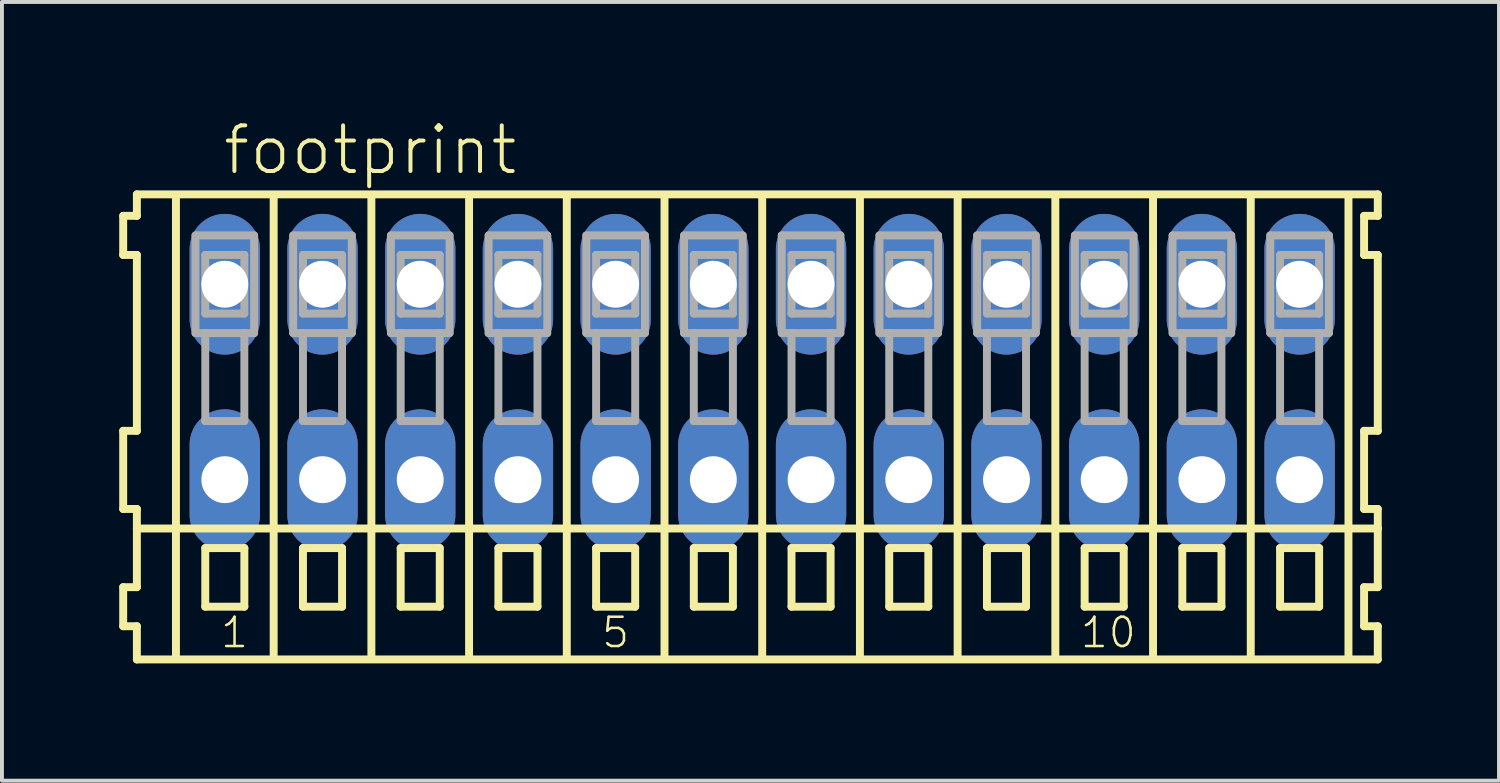
<source format=kicad_pcb>
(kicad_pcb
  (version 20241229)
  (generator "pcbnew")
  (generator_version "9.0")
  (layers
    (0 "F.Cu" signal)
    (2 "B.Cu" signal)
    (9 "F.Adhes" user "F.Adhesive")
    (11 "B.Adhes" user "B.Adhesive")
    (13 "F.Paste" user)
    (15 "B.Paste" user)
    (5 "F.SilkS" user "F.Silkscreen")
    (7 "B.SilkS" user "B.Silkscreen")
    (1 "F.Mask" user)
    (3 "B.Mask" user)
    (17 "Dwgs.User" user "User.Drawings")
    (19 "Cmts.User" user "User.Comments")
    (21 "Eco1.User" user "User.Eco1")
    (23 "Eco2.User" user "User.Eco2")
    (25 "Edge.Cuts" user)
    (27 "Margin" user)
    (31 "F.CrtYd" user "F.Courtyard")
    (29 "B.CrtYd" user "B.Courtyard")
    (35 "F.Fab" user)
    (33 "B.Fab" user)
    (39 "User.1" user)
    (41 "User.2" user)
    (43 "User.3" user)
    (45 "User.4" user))
  (footprint "footprint"
    (layer "F.Cu")
    (at 16.452 6.723)
    (property "Reference" "footprint" (at -13.85 -5.25 0) (layer "F.SilkS") (effects (font (size 1.168 1.168) (thickness 0.102)) (justify left bottom)))
    (fp_line (start -16.35 -4.25) (end -16.35 -3.25) (stroke (width 0.203) (type solid)) (layer "F.SilkS"))
    (fp_line (start -16.35 -3.25) (end -16 -3.25) (stroke (width 0.203) (type solid)) (layer "F.SilkS"))
    (fp_line (start -16.35 1.25) (end -16.35 3.25) (stroke (width 0.203) (type solid)) (layer "F.SilkS"))
    (fp_line (start -16.35 3.25) (end -16 3.25) (stroke (width 0.203) (type solid)) (layer "F.SilkS"))
    (fp_line (start -16.35 5.25) (end -16.35 6.25) (stroke (width 0.203) (type solid)) (layer "F.SilkS"))
    (fp_line (start -16.35 6.25) (end -16 6.25) (stroke (width 0.203) (type solid)) (layer "F.SilkS"))
    (fp_line (start -16 -4.8) (end -16 -4.25) (stroke (width 0.203) (type solid)) (layer "F.SilkS"))
    (fp_line (start -16 -4.25) (end -16.35 -4.25) (stroke (width 0.203) (type solid)) (layer "F.SilkS"))
    (fp_line (start -16 -3.25) (end -16 1.25) (stroke (width 0.203) (type solid)) (layer "F.SilkS"))
    (fp_line (start -16 1.25) (end -16.35 1.25) (stroke (width 0.203) (type solid)) (layer "F.SilkS"))
    (fp_line (start -16 3.25) (end -16 5.25) (stroke (width 0.203) (type solid)) (layer "F.SilkS"))
    (fp_line (start -16 3.75) (end 15.75 3.75) (stroke (width 0.203) (type solid)) (layer "F.SilkS"))
    (fp_line (start -16 5.25) (end -16.35 5.25) (stroke (width 0.203) (type solid)) (layer "F.SilkS"))
    (fp_line (start -16 6.25) (end -16 7.1) (stroke (width 0.203) (type solid)) (layer "F.SilkS"))
    (fp_line (start -16 7.1) (end 15.75 7.1) (stroke (width 0.203) (type solid)) (layer "F.SilkS"))
    (fp_line (start -15 -4.75) (end -15 7) (stroke (width 0.203) (type solid)) (layer "F.SilkS"))
    (fp_line (start -14.25 4.25) (end -14.25 5.75) (stroke (width 0.203) (type solid)) (layer "F.SilkS"))
    (fp_line (start -14.25 5.75) (end -13.25 5.75) (stroke (width 0.203) (type solid)) (layer "F.SilkS"))
    (fp_line (start -13.25 4.25) (end -14.25 4.25) (stroke (width 0.203) (type solid)) (layer "F.SilkS"))
    (fp_line (start -13.25 5.75) (end -13.25 4.25) (stroke (width 0.203) (type solid)) (layer "F.SilkS"))
    (fp_line (start -12.5 -4.75) (end -12.5 7) (stroke (width 0.203) (type solid)) (layer "F.SilkS"))
    (fp_line (start -11.75 4.25) (end -11.75 5.75) (stroke (width 0.203) (type solid)) (layer "F.SilkS"))
    (fp_line (start -11.75 5.75) (end -10.75 5.75) (stroke (width 0.203) (type solid)) (layer "F.SilkS"))
    (fp_line (start -10.75 4.25) (end -11.75 4.25) (stroke (width 0.203) (type solid)) (layer "F.SilkS"))
    (fp_line (start -10.75 5.75) (end -10.75 4.25) (stroke (width 0.203) (type solid)) (layer "F.SilkS"))
    (fp_line (start -10 -4.75) (end -10 7) (stroke (width 0.203) (type solid)) (layer "F.SilkS"))
    (fp_line (start -9.25 4.25) (end -9.25 5.75) (stroke (width 0.203) (type solid)) (layer "F.SilkS"))
    (fp_line (start -9.25 5.75) (end -8.25 5.75) (stroke (width 0.203) (type solid)) (layer "F.SilkS"))
    (fp_line (start -8.25 4.25) (end -9.25 4.25) (stroke (width 0.203) (type solid)) (layer "F.SilkS"))
    (fp_line (start -8.25 5.75) (end -8.25 4.25) (stroke (width 0.203) (type solid)) (layer "F.SilkS"))
    (fp_line (start -7.5 -4.75) (end -7.5 7) (stroke (width 0.203) (type solid)) (layer "F.SilkS"))
    (fp_line (start -6.75 4.25) (end -6.75 5.75) (stroke (width 0.203) (type solid)) (layer "F.SilkS"))
    (fp_line (start -6.75 5.75) (end -5.75 5.75) (stroke (width 0.203) (type solid)) (layer "F.SilkS"))
    (fp_line (start -5.75 4.25) (end -6.75 4.25) (stroke (width 0.203) (type solid)) (layer "F.SilkS"))
    (fp_line (start -5.75 5.75) (end -5.75 4.25) (stroke (width 0.203) (type solid)) (layer "F.SilkS"))
    (fp_line (start -5 -4.75) (end -5 7) (stroke (width 0.203) (type solid)) (layer "F.SilkS"))
    (fp_line (start -4.25 4.25) (end -4.25 5.75) (stroke (width 0.203) (type solid)) (layer "F.SilkS"))
    (fp_line (start -4.25 5.75) (end -3.25 5.75) (stroke (width 0.203) (type solid)) (layer "F.SilkS"))
    (fp_line (start -3.25 4.25) (end -4.25 4.25) (stroke (width 0.203) (type solid)) (layer "F.SilkS"))
    (fp_line (start -3.25 5.75) (end -3.25 4.25) (stroke (width 0.203) (type solid)) (layer "F.SilkS"))
    (fp_line (start -2.5 -4.75) (end -2.5 7) (stroke (width 0.203) (type solid)) (layer "F.SilkS"))
    (fp_line (start -1.75 4.25) (end -1.75 5.75) (stroke (width 0.203) (type solid)) (layer "F.SilkS"))
    (fp_line (start -1.75 5.75) (end -0.75 5.75) (stroke (width 0.203) (type solid)) (layer "F.SilkS"))
    (fp_line (start -0.75 4.25) (end -1.75 4.25) (stroke (width 0.203) (type solid)) (layer "F.SilkS"))
    (fp_line (start -0.75 5.75) (end -0.75 4.25) (stroke (width 0.203) (type solid)) (layer "F.SilkS"))
    (fp_line (start 0 -4.75) (end 0 7) (stroke (width 0.203) (type solid)) (layer "F.SilkS"))
    (fp_line (start 0.75 4.25) (end 0.75 5.75) (stroke (width 0.203) (type solid)) (layer "F.SilkS"))
    (fp_line (start 0.75 5.75) (end 1.75 5.75) (stroke (width 0.203) (type solid)) (layer "F.SilkS"))
    (fp_line (start 1.75 4.25) (end 0.75 4.25) (stroke (width 0.203) (type solid)) (layer "F.SilkS"))
    (fp_line (start 1.75 5.75) (end 1.75 4.25) (stroke (width 0.203) (type solid)) (layer "F.SilkS"))
    (fp_line (start 2.5 -4.75) (end 2.5 7) (stroke (width 0.203) (type solid)) (layer "F.SilkS"))
    (fp_line (start 3.25 4.25) (end 3.25 5.75) (stroke (width 0.203) (type solid)) (layer "F.SilkS"))
    (fp_line (start 3.25 5.75) (end 4.25 5.75) (stroke (width 0.203) (type solid)) (layer "F.SilkS"))
    (fp_line (start 4.25 4.25) (end 3.25 4.25) (stroke (width 0.203) (type solid)) (layer "F.SilkS"))
    (fp_line (start 4.25 5.75) (end 4.25 4.25) (stroke (width 0.203) (type solid)) (layer "F.SilkS"))
    (fp_line (start 5 -4.75) (end 5 7) (stroke (width 0.203) (type solid)) (layer "F.SilkS"))
    (fp_line (start 5.75 4.25) (end 5.75 5.75) (stroke (width 0.203) (type solid)) (layer "F.SilkS"))
    (fp_line (start 5.75 5.75) (end 6.75 5.75) (stroke (width 0.203) (type solid)) (layer "F.SilkS"))
    (fp_line (start 6.75 4.25) (end 5.75 4.25) (stroke (width 0.203) (type solid)) (layer "F.SilkS"))
    (fp_line (start 6.75 5.75) (end 6.75 4.25) (stroke (width 0.203) (type solid)) (layer "F.SilkS"))
    (fp_line (start 7.5 -4.75) (end 7.5 7) (stroke (width 0.203) (type solid)) (layer "F.SilkS"))
    (fp_line (start 8.25 4.25) (end 8.25 5.75) (stroke (width 0.203) (type solid)) (layer "F.SilkS"))
    (fp_line (start 8.25 5.75) (end 9.25 5.75) (stroke (width 0.203) (type solid)) (layer "F.SilkS"))
    (fp_line (start 9.25 4.25) (end 8.25 4.25) (stroke (width 0.203) (type solid)) (layer "F.SilkS"))
    (fp_line (start 9.25 5.75) (end 9.25 4.25) (stroke (width 0.203) (type solid)) (layer "F.SilkS"))
    (fp_line (start 10 -4.75) (end 10 7) (stroke (width 0.203) (type solid)) (layer "F.SilkS"))
    (fp_line (start 10.75 4.25) (end 10.75 5.75) (stroke (width 0.203) (type solid)) (layer "F.SilkS"))
    (fp_line (start 10.75 5.75) (end 11.75 5.75) (stroke (width 0.203) (type solid)) (layer "F.SilkS"))
    (fp_line (start 11.75 4.25) (end 10.75 4.25) (stroke (width 0.203) (type solid)) (layer "F.SilkS"))
    (fp_line (start 11.75 5.75) (end 11.75 4.25) (stroke (width 0.203) (type solid)) (layer "F.SilkS"))
    (fp_line (start 12.5 -4.75) (end 12.5 7) (stroke (width 0.203) (type solid)) (layer "F.SilkS"))
    (fp_line (start 13.25 4.25) (end 13.25 5.75) (stroke (width 0.203) (type solid)) (layer "F.SilkS"))
    (fp_line (start 13.25 5.75) (end 14.25 5.75) (stroke (width 0.203) (type solid)) (layer "F.SilkS"))
    (fp_line (start 14.25 4.25) (end 13.25 4.25) (stroke (width 0.203) (type solid)) (layer "F.SilkS"))
    (fp_line (start 14.25 5.75) (end 14.25 4.25) (stroke (width 0.203) (type solid)) (layer "F.SilkS"))
    (fp_line (start 15 -4.75) (end 15 7) (stroke (width 0.203) (type solid)) (layer "F.SilkS"))
    (fp_line (start 15.4 -4.25) (end 15.4 -3.25) (stroke (width 0.203) (type solid)) (layer "F.SilkS"))
    (fp_line (start 15.4 -3.25) (end 15.75 -3.25) (stroke (width 0.203) (type solid)) (layer "F.SilkS"))
    (fp_line (start 15.4 1.25) (end 15.4 3.25) (stroke (width 0.203) (type solid)) (layer "F.SilkS"))
    (fp_line (start 15.4 3.25) (end 15.75 3.25) (stroke (width 0.203) (type solid)) (layer "F.SilkS"))
    (fp_line (start 15.4 5.25) (end 15.4 6.25) (stroke (width 0.203) (type solid)) (layer "F.SilkS"))
    (fp_line (start 15.4 6.25) (end 15.75 6.25) (stroke (width 0.203) (type solid)) (layer "F.SilkS"))
    (fp_line (start 15.75 -4.8) (end -16 -4.8) (stroke (width 0.203) (type solid)) (layer "F.SilkS"))
    (fp_line (start 15.75 -4.25) (end 15.4 -4.25) (stroke (width 0.203) (type solid)) (layer "F.SilkS"))
    (fp_line (start 15.75 -4.25) (end 15.75 -4.8) (stroke (width 0.203) (type solid)) (layer "F.SilkS"))
    (fp_line (start 15.75 1.25) (end 15.4 1.25) (stroke (width 0.203) (type solid)) (layer "F.SilkS"))
    (fp_line (start 15.75 1.25) (end 15.75 -3.25) (stroke (width 0.203) (type solid)) (layer "F.SilkS"))
    (fp_line (start 15.75 3.75) (end 15.75 3.25) (stroke (width 0.203) (type solid)) (layer "F.SilkS"))
    (fp_line (start 15.75 5.25) (end 15.4 5.25) (stroke (width 0.203) (type solid)) (layer "F.SilkS"))
    (fp_line (start 15.75 5.25) (end 15.75 3.75) (stroke (width 0.203) (type solid)) (layer "F.SilkS"))
    (fp_line (start 15.75 7.1) (end 15.75 6.25) (stroke (width 0.203) (type solid)) (layer "F.SilkS"))
    (fp_line (start -14.5 -3.75) (end -14.5 -1.25) (stroke (width 0.203) (type solid)) (layer "F.Fab"))
    (fp_line (start -14.5 -1.25) (end -14.25 -1.25) (stroke (width 0.203) (type solid)) (layer "F.Fab"))
    (fp_line (start -14.25 -3.25) (end -14.25 -1.75) (stroke (width 0.203) (type solid)) (layer "F.Fab"))
    (fp_line (start -14.25 -1.75) (end -13.25 -1.75) (stroke (width 0.203) (type solid)) (layer "F.Fab"))
    (fp_line (start -14.25 -1.25) (end -14.25 1) (stroke (width 0.203) (type solid)) (layer "F.Fab"))
    (fp_line (start -14.25 -1.25) (end -13.25 -1.25) (stroke (width 0.203) (type solid)) (layer "F.Fab"))
    (fp_line (start -14.25 1) (end -13.25 1) (stroke (width 0.203) (type solid)) (layer "F.Fab"))
    (fp_line (start -13.25 -3.25) (end -14.25 -3.25) (stroke (width 0.203) (type solid)) (layer "F.Fab"))
    (fp_line (start -13.25 -1.75) (end -13.25 -3.25) (stroke (width 0.203) (type solid)) (layer "F.Fab"))
    (fp_line (start -13.25 -1.25) (end -13 -1.25) (stroke (width 0.203) (type solid)) (layer "F.Fab"))
    (fp_line (start -13.25 1) (end -13.25 -1.25) (stroke (width 0.203) (type solid)) (layer "F.Fab"))
    (fp_line (start -13 -3.75) (end -14.5 -3.75) (stroke (width 0.203) (type solid)) (layer "F.Fab"))
    (fp_line (start -13 -1.25) (end -13 -3.75) (stroke (width 0.203) (type solid)) (layer "F.Fab"))
    (fp_line (start -12 -3.75) (end -12 -1.25) (stroke (width 0.203) (type solid)) (layer "F.Fab"))
    (fp_line (start -12 -1.25) (end -11.75 -1.25) (stroke (width 0.203) (type solid)) (layer "F.Fab"))
    (fp_line (start -11.75 -3.25) (end -11.75 -1.75) (stroke (width 0.203) (type solid)) (layer "F.Fab"))
    (fp_line (start -11.75 -1.75) (end -10.75 -1.75) (stroke (width 0.203) (type solid)) (layer "F.Fab"))
    (fp_line (start -11.75 -1.25) (end -11.75 1) (stroke (width 0.203) (type solid)) (layer "F.Fab"))
    (fp_line (start -11.75 -1.25) (end -10.75 -1.25) (stroke (width 0.203) (type solid)) (layer "F.Fab"))
    (fp_line (start -11.75 1) (end -10.75 1) (stroke (width 0.203) (type solid)) (layer "F.Fab"))
    (fp_line (start -10.75 -3.25) (end -11.75 -3.25) (stroke (width 0.203) (type solid)) (layer "F.Fab"))
    (fp_line (start -10.75 -1.75) (end -10.75 -3.25) (stroke (width 0.203) (type solid)) (layer "F.Fab"))
    (fp_line (start -10.75 -1.25) (end -10.5 -1.25) (stroke (width 0.203) (type solid)) (layer "F.Fab"))
    (fp_line (start -10.75 1) (end -10.75 -1.25) (stroke (width 0.203) (type solid)) (layer "F.Fab"))
    (fp_line (start -10.5 -3.75) (end -12 -3.75) (stroke (width 0.203) (type solid)) (layer "F.Fab"))
    (fp_line (start -10.5 -1.25) (end -10.5 -3.75) (stroke (width 0.203) (type solid)) (layer "F.Fab"))
    (fp_line (start -9.5 -3.75) (end -9.5 -1.25) (stroke (width 0.203) (type solid)) (layer "F.Fab"))
    (fp_line (start -9.5 -1.25) (end -9.25 -1.25) (stroke (width 0.203) (type solid)) (layer "F.Fab"))
    (fp_line (start -9.25 -3.25) (end -9.25 -1.75) (stroke (width 0.203) (type solid)) (layer "F.Fab"))
    (fp_line (start -9.25 -1.75) (end -8.25 -1.75) (stroke (width 0.203) (type solid)) (layer "F.Fab"))
    (fp_line (start -9.25 -1.25) (end -9.25 1) (stroke (width 0.203) (type solid)) (layer "F.Fab"))
    (fp_line (start -9.25 -1.25) (end -8.25 -1.25) (stroke (width 0.203) (type solid)) (layer "F.Fab"))
    (fp_line (start -9.25 1) (end -8.25 1) (stroke (width 0.203) (type solid)) (layer "F.Fab"))
    (fp_line (start -8.25 -3.25) (end -9.25 -3.25) (stroke (width 0.203) (type solid)) (layer "F.Fab"))
    (fp_line (start -8.25 -1.75) (end -8.25 -3.25) (stroke (width 0.203) (type solid)) (layer "F.Fab"))
    (fp_line (start -8.25 -1.25) (end -8 -1.25) (stroke (width 0.203) (type solid)) (layer "F.Fab"))
    (fp_line (start -8.25 1) (end -8.25 -1.25) (stroke (width 0.203) (type solid)) (layer "F.Fab"))
    (fp_line (start -8 -3.75) (end -9.5 -3.75) (stroke (width 0.203) (type solid)) (layer "F.Fab"))
    (fp_line (start -8 -1.25) (end -8 -3.75) (stroke (width 0.203) (type solid)) (layer "F.Fab"))
    (fp_line (start -7 -3.75) (end -7 -1.25) (stroke (width 0.203) (type solid)) (layer "F.Fab"))
    (fp_line (start -7 -1.25) (end -6.75 -1.25) (stroke (width 0.203) (type solid)) (layer "F.Fab"))
    (fp_line (start -6.75 -3.25) (end -6.75 -1.75) (stroke (width 0.203) (type solid)) (layer "F.Fab"))
    (fp_line (start -6.75 -1.75) (end -5.75 -1.75) (stroke (width 0.203) (type solid)) (layer "F.Fab"))
    (fp_line (start -6.75 -1.25) (end -6.75 1) (stroke (width 0.203) (type solid)) (layer "F.Fab"))
    (fp_line (start -6.75 -1.25) (end -5.75 -1.25) (stroke (width 0.203) (type solid)) (layer "F.Fab"))
    (fp_line (start -6.75 1) (end -5.75 1) (stroke (width 0.203) (type solid)) (layer "F.Fab"))
    (fp_line (start -5.75 -3.25) (end -6.75 -3.25) (stroke (width 0.203) (type solid)) (layer "F.Fab"))
    (fp_line (start -5.75 -1.75) (end -5.75 -3.25) (stroke (width 0.203) (type solid)) (layer "F.Fab"))
    (fp_line (start -5.75 -1.25) (end -5.5 -1.25) (stroke (width 0.203) (type solid)) (layer "F.Fab"))
    (fp_line (start -5.75 1) (end -5.75 -1.25) (stroke (width 0.203) (type solid)) (layer "F.Fab"))
    (fp_line (start -5.5 -3.75) (end -7 -3.75) (stroke (width 0.203) (type solid)) (layer "F.Fab"))
    (fp_line (start -5.5 -1.25) (end -5.5 -3.75) (stroke (width 0.203) (type solid)) (layer "F.Fab"))
    (fp_line (start -4.5 -3.75) (end -4.5 -1.25) (stroke (width 0.203) (type solid)) (layer "F.Fab"))
    (fp_line (start -4.5 -1.25) (end -4.25 -1.25) (stroke (width 0.203) (type solid)) (layer "F.Fab"))
    (fp_line (start -4.25 -3.25) (end -4.25 -1.75) (stroke (width 0.203) (type solid)) (layer "F.Fab"))
    (fp_line (start -4.25 -1.75) (end -3.25 -1.75) (stroke (width 0.203) (type solid)) (layer "F.Fab"))
    (fp_line (start -4.25 -1.25) (end -4.25 1) (stroke (width 0.203) (type solid)) (layer "F.Fab"))
    (fp_line (start -4.25 -1.25) (end -3.25 -1.25) (stroke (width 0.203) (type solid)) (layer "F.Fab"))
    (fp_line (start -4.25 1) (end -3.25 1) (stroke (width 0.203) (type solid)) (layer "F.Fab"))
    (fp_line (start -3.25 -3.25) (end -4.25 -3.25) (stroke (width 0.203) (type solid)) (layer "F.Fab"))
    (fp_line (start -3.25 -1.75) (end -3.25 -3.25) (stroke (width 0.203) (type solid)) (layer "F.Fab"))
    (fp_line (start -3.25 -1.25) (end -3 -1.25) (stroke (width 0.203) (type solid)) (layer "F.Fab"))
    (fp_line (start -3.25 1) (end -3.25 -1.25) (stroke (width 0.203) (type solid)) (layer "F.Fab"))
    (fp_line (start -3 -3.75) (end -4.5 -3.75) (stroke (width 0.203) (type solid)) (layer "F.Fab"))
    (fp_line (start -3 -1.25) (end -3 -3.75) (stroke (width 0.203) (type solid)) (layer "F.Fab"))
    (fp_line (start -2 -3.75) (end -2 -1.25) (stroke (width 0.203) (type solid)) (layer "F.Fab"))
    (fp_line (start -2 -1.25) (end -1.75 -1.25) (stroke (width 0.203) (type solid)) (layer "F.Fab"))
    (fp_line (start -1.75 -3.25) (end -1.75 -1.75) (stroke (width 0.203) (type solid)) (layer "F.Fab"))
    (fp_line (start -1.75 -1.75) (end -0.75 -1.75) (stroke (width 0.203) (type solid)) (layer "F.Fab"))
    (fp_line (start -1.75 -1.25) (end -1.75 1) (stroke (width 0.203) (type solid)) (layer "F.Fab"))
    (fp_line (start -1.75 -1.25) (end -0.75 -1.25) (stroke (width 0.203) (type solid)) (layer "F.Fab"))
    (fp_line (start -1.75 1) (end -0.75 1) (stroke (width 0.203) (type solid)) (layer "F.Fab"))
    (fp_line (start -0.75 -3.25) (end -1.75 -3.25) (stroke (width 0.203) (type solid)) (layer "F.Fab"))
    (fp_line (start -0.75 -1.75) (end -0.75 -3.25) (stroke (width 0.203) (type solid)) (layer "F.Fab"))
    (fp_line (start -0.75 -1.25) (end -0.5 -1.25) (stroke (width 0.203) (type solid)) (layer "F.Fab"))
    (fp_line (start -0.75 1) (end -0.75 -1.25) (stroke (width 0.203) (type solid)) (layer "F.Fab"))
    (fp_line (start -0.5 -3.75) (end -2 -3.75) (stroke (width 0.203) (type solid)) (layer "F.Fab"))
    (fp_line (start -0.5 -1.25) (end -0.5 -3.75) (stroke (width 0.203) (type solid)) (layer "F.Fab"))
    (fp_line (start 0.5 -3.75) (end 0.5 -1.25) (stroke (width 0.203) (type solid)) (layer "F.Fab"))
    (fp_line (start 0.5 -1.25) (end 0.75 -1.25) (stroke (width 0.203) (type solid)) (layer "F.Fab"))
    (fp_line (start 0.75 -3.25) (end 0.75 -1.75) (stroke (width 0.203) (type solid)) (layer "F.Fab"))
    (fp_line (start 0.75 -1.75) (end 1.75 -1.75) (stroke (width 0.203) (type solid)) (layer "F.Fab"))
    (fp_line (start 0.75 -1.25) (end 0.75 1) (stroke (width 0.203) (type solid)) (layer "F.Fab"))
    (fp_line (start 0.75 -1.25) (end 1.75 -1.25) (stroke (width 0.203) (type solid)) (layer "F.Fab"))
    (fp_line (start 0.75 1) (end 1.75 1) (stroke (width 0.203) (type solid)) (layer "F.Fab"))
    (fp_line (start 1.75 -3.25) (end 0.75 -3.25) (stroke (width 0.203) (type solid)) (layer "F.Fab"))
    (fp_line (start 1.75 -1.75) (end 1.75 -3.25) (stroke (width 0.203) (type solid)) (layer "F.Fab"))
    (fp_line (start 1.75 -1.25) (end 2 -1.25) (stroke (width 0.203) (type solid)) (layer "F.Fab"))
    (fp_line (start 1.75 1) (end 1.75 -1.25) (stroke (width 0.203) (type solid)) (layer "F.Fab"))
    (fp_line (start 2 -3.75) (end 0.5 -3.75) (stroke (width 0.203) (type solid)) (layer "F.Fab"))
    (fp_line (start 2 -1.25) (end 2 -3.75) (stroke (width 0.203) (type solid)) (layer "F.Fab"))
    (fp_line (start 3 -3.75) (end 3 -1.25) (stroke (width 0.203) (type solid)) (layer "F.Fab"))
    (fp_line (start 3 -1.25) (end 3.25 -1.25) (stroke (width 0.203) (type solid)) (layer "F.Fab"))
    (fp_line (start 3.25 -3.25) (end 3.25 -1.75) (stroke (width 0.203) (type solid)) (layer "F.Fab"))
    (fp_line (start 3.25 -1.75) (end 4.25 -1.75) (stroke (width 0.203) (type solid)) (layer "F.Fab"))
    (fp_line (start 3.25 -1.25) (end 3.25 1) (stroke (width 0.203) (type solid)) (layer "F.Fab"))
    (fp_line (start 3.25 -1.25) (end 4.25 -1.25) (stroke (width 0.203) (type solid)) (layer "F.Fab"))
    (fp_line (start 3.25 1) (end 4.25 1) (stroke (width 0.203) (type solid)) (layer "F.Fab"))
    (fp_line (start 4.25 -3.25) (end 3.25 -3.25) (stroke (width 0.203) (type solid)) (layer "F.Fab"))
    (fp_line (start 4.25 -1.75) (end 4.25 -3.25) (stroke (width 0.203) (type solid)) (layer "F.Fab"))
    (fp_line (start 4.25 -1.25) (end 4.5 -1.25) (stroke (width 0.203) (type solid)) (layer "F.Fab"))
    (fp_line (start 4.25 1) (end 4.25 -1.25) (stroke (width 0.203) (type solid)) (layer "F.Fab"))
    (fp_line (start 4.5 -3.75) (end 3 -3.75) (stroke (width 0.203) (type solid)) (layer "F.Fab"))
    (fp_line (start 4.5 -1.25) (end 4.5 -3.75) (stroke (width 0.203) (type solid)) (layer "F.Fab"))
    (fp_line (start 5.5 -3.75) (end 5.5 -1.25) (stroke (width 0.203) (type solid)) (layer "F.Fab"))
    (fp_line (start 5.5 -1.25) (end 5.75 -1.25) (stroke (width 0.203) (type solid)) (layer "F.Fab"))
    (fp_line (start 5.75 -3.25) (end 5.75 -1.75) (stroke (width 0.203) (type solid)) (layer "F.Fab"))
    (fp_line (start 5.75 -1.75) (end 6.75 -1.75) (stroke (width 0.203) (type solid)) (layer "F.Fab"))
    (fp_line (start 5.75 -1.25) (end 5.75 1) (stroke (width 0.203) (type solid)) (layer "F.Fab"))
    (fp_line (start 5.75 -1.25) (end 6.75 -1.25) (stroke (width 0.203) (type solid)) (layer "F.Fab"))
    (fp_line (start 5.75 1) (end 6.75 1) (stroke (width 0.203) (type solid)) (layer "F.Fab"))
    (fp_line (start 6.75 -3.25) (end 5.75 -3.25) (stroke (width 0.203) (type solid)) (layer "F.Fab"))
    (fp_line (start 6.75 -1.75) (end 6.75 -3.25) (stroke (width 0.203) (type solid)) (layer "F.Fab"))
    (fp_line (start 6.75 -1.25) (end 7 -1.25) (stroke (width 0.203) (type solid)) (layer "F.Fab"))
    (fp_line (start 6.75 1) (end 6.75 -1.25) (stroke (width 0.203) (type solid)) (layer "F.Fab"))
    (fp_line (start 7 -3.75) (end 5.5 -3.75) (stroke (width 0.203) (type solid)) (layer "F.Fab"))
    (fp_line (start 7 -1.25) (end 7 -3.75) (stroke (width 0.203) (type solid)) (layer "F.Fab"))
    (fp_line (start 8 -3.75) (end 8 -1.25) (stroke (width 0.203) (type solid)) (layer "F.Fab"))
    (fp_line (start 8 -1.25) (end 8.25 -1.25) (stroke (width 0.203) (type solid)) (layer "F.Fab"))
    (fp_line (start 8.25 -3.25) (end 8.25 -1.75) (stroke (width 0.203) (type solid)) (layer "F.Fab"))
    (fp_line (start 8.25 -1.75) (end 9.25 -1.75) (stroke (width 0.203) (type solid)) (layer "F.Fab"))
    (fp_line (start 8.25 -1.25) (end 8.25 1) (stroke (width 0.203) (type solid)) (layer "F.Fab"))
    (fp_line (start 8.25 -1.25) (end 9.25 -1.25) (stroke (width 0.203) (type solid)) (layer "F.Fab"))
    (fp_line (start 8.25 1) (end 9.25 1) (stroke (width 0.203) (type solid)) (layer "F.Fab"))
    (fp_line (start 9.25 -3.25) (end 8.25 -3.25) (stroke (width 0.203) (type solid)) (layer "F.Fab"))
    (fp_line (start 9.25 -1.75) (end 9.25 -3.25) (stroke (width 0.203) (type solid)) (layer "F.Fab"))
    (fp_line (start 9.25 -1.25) (end 9.5 -1.25) (stroke (width 0.203) (type solid)) (layer "F.Fab"))
    (fp_line (start 9.25 1) (end 9.25 -1.25) (stroke (width 0.203) (type solid)) (layer "F.Fab"))
    (fp_line (start 9.5 -3.75) (end 8 -3.75) (stroke (width 0.203) (type solid)) (layer "F.Fab"))
    (fp_line (start 9.5 -1.25) (end 9.5 -3.75) (stroke (width 0.203) (type solid)) (layer "F.Fab"))
    (fp_line (start 10.5 -3.75) (end 10.5 -1.25) (stroke (width 0.203) (type solid)) (layer "F.Fab"))
    (fp_line (start 10.5 -1.25) (end 10.75 -1.25) (stroke (width 0.203) (type solid)) (layer "F.Fab"))
    (fp_line (start 10.75 -3.25) (end 10.75 -1.75) (stroke (width 0.203) (type solid)) (layer "F.Fab"))
    (fp_line (start 10.75 -1.75) (end 11.75 -1.75) (stroke (width 0.203) (type solid)) (layer "F.Fab"))
    (fp_line (start 10.75 -1.25) (end 10.75 1) (stroke (width 0.203) (type solid)) (layer "F.Fab"))
    (fp_line (start 10.75 -1.25) (end 11.75 -1.25) (stroke (width 0.203) (type solid)) (layer "F.Fab"))
    (fp_line (start 10.75 1) (end 11.75 1) (stroke (width 0.203) (type solid)) (layer "F.Fab"))
    (fp_line (start 11.75 -3.25) (end 10.75 -3.25) (stroke (width 0.203) (type solid)) (layer "F.Fab"))
    (fp_line (start 11.75 -1.75) (end 11.75 -3.25) (stroke (width 0.203) (type solid)) (layer "F.Fab"))
    (fp_line (start 11.75 -1.25) (end 12 -1.25) (stroke (width 0.203) (type solid)) (layer "F.Fab"))
    (fp_line (start 11.75 1) (end 11.75 -1.25) (stroke (width 0.203) (type solid)) (layer "F.Fab"))
    (fp_line (start 12 -3.75) (end 10.5 -3.75) (stroke (width 0.203) (type solid)) (layer "F.Fab"))
    (fp_line (start 12 -1.25) (end 12 -3.75) (stroke (width 0.203) (type solid)) (layer "F.Fab"))
    (fp_line (start 13 -3.75) (end 13 -1.25) (stroke (width 0.203) (type solid)) (layer "F.Fab"))
    (fp_line (start 13 -1.25) (end 13.25 -1.25) (stroke (width 0.203) (type solid)) (layer "F.Fab"))
    (fp_line (start 13.25 -3.25) (end 13.25 -1.75) (stroke (width 0.203) (type solid)) (layer "F.Fab"))
    (fp_line (start 13.25 -1.75) (end 14.25 -1.75) (stroke (width 0.203) (type solid)) (layer "F.Fab"))
    (fp_line (start 13.25 -1.25) (end 13.25 1) (stroke (width 0.203) (type solid)) (layer "F.Fab"))
    (fp_line (start 13.25 -1.25) (end 14.25 -1.25) (stroke (width 0.203) (type solid)) (layer "F.Fab"))
    (fp_line (start 13.25 1) (end 14.25 1) (stroke (width 0.203) (type solid)) (layer "F.Fab"))
    (fp_line (start 14.25 -3.25) (end 13.25 -3.25) (stroke (width 0.203) (type solid)) (layer "F.Fab"))
    (fp_line (start 14.25 -1.75) (end 14.25 -3.25) (stroke (width 0.203) (type solid)) (layer "F.Fab"))
    (fp_line (start 14.25 -1.25) (end 14.5 -1.25) (stroke (width 0.203) (type solid)) (layer "F.Fab"))
    (fp_line (start 14.25 1) (end 14.25 -1.25) (stroke (width 0.203) (type solid)) (layer "F.Fab"))
    (fp_line (start 14.5 -3.75) (end 13 -3.75) (stroke (width 0.203) (type solid)) (layer "F.Fab"))
    (fp_line (start 14.5 -1.25) (end 14.5 -3.75) (stroke (width 0.203) (type solid)) (layer "F.Fab"))
    (fp_text user "10" (at 8.1 6.85 0) (layer "F.SilkS") (effects (font (size 0.748 0.748) (thickness 0.065)) (justify left bottom)))
    (fp_text user "1" (at -13.9 6.85 0) (layer "F.SilkS") (effects (font (size 0.748 0.748) (thickness 0.065)) (justify left bottom)))
    (fp_text user "5" (at -4.15 6.85 0) (layer "F.SilkS") (effects (font (size 0.748 0.748) (thickness 0.065)) (justify left bottom)))
    (pad "A1" thru_hole oval (at -13.75 -2.5 90) (size 3.6 1.8) (drill 1.2) (layers "*.Cu" "*.Mask"))
    (pad "A2" thru_hole oval (at -11.25 -2.5 90) (size 3.6 1.8) (drill 1.2) (layers "*.Cu" "*.Mask"))
    (pad "A3" thru_hole oval (at -8.75 -2.5 90) (size 3.6 1.8) (drill 1.2) (layers "*.Cu" "*.Mask"))
    (pad "A4" thru_hole oval (at -6.25 -2.5 90) (size 3.6 1.8) (drill 1.2) (layers "*.Cu" "*.Mask"))
    (pad "A5" thru_hole oval (at -3.75 -2.5 90) (size 3.6 1.8) (drill 1.2) (layers "*.Cu" "*.Mask"))
    (pad "A6" thru_hole oval (at -1.25 -2.5 90) (size 3.6 1.8) (drill 1.2) (layers "*.Cu" "*.Mask"))
    (pad "A7" thru_hole oval (at 1.25 -2.5 90) (size 3.6 1.8) (drill 1.2) (layers "*.Cu" "*.Mask"))
    (pad "A8" thru_hole oval (at 3.75 -2.5 90) (size 3.6 1.8) (drill 1.2) (layers "*.Cu" "*.Mask"))
    (pad "A9" thru_hole oval (at 6.25 -2.5 90) (size 3.6 1.8) (drill 1.2) (layers "*.Cu" "*.Mask"))
    (pad "A10" thru_hole oval (at 8.75 -2.5 90) (size 3.6 1.8) (drill 1.2) (layers "*.Cu" "*.Mask"))
    (pad "A11" thru_hole oval (at 11.25 -2.5 90) (size 3.6 1.8) (drill 1.2) (layers "*.Cu" "*.Mask"))
    (pad "A12" thru_hole oval (at 13.75 -2.5 90) (size 3.6 1.8) (drill 1.2) (layers "*.Cu" "*.Mask"))
    (pad "B1" thru_hole oval (at -13.75 2.5 90) (size 3.6 1.8) (drill 1.2) (layers "*.Cu" "*.Mask"))
    (pad "B2" thru_hole oval (at -11.25 2.5 90) (size 3.6 1.8) (drill 1.2) (layers "*.Cu" "*.Mask"))
    (pad "B3" thru_hole oval (at -8.75 2.5 90) (size 3.6 1.8) (drill 1.2) (layers "*.Cu" "*.Mask"))
    (pad "B4" thru_hole oval (at -6.25 2.5 90) (size 3.6 1.8) (drill 1.2) (layers "*.Cu" "*.Mask"))
    (pad "B5" thru_hole oval (at -3.75 2.5 90) (size 3.6 1.8) (drill 1.2) (layers "*.Cu" "*.Mask"))
    (pad "B6" thru_hole oval (at -1.25 2.5 90) (size 3.6 1.8) (drill 1.2) (layers "*.Cu" "*.Mask"))
    (pad "B7" thru_hole oval (at 1.25 2.5 90) (size 3.6 1.8) (drill 1.2) (layers "*.Cu" "*.Mask"))
    (pad "B8" thru_hole oval (at 3.75 2.5 90) (size 3.6 1.8) (drill 1.2) (layers "*.Cu" "*.Mask"))
    (pad "B9" thru_hole oval (at 6.25 2.5 90) (size 3.6 1.8) (drill 1.2) (layers "*.Cu" "*.Mask"))
    (pad "B10" thru_hole oval (at 8.75 2.5 90) (size 3.6 1.8) (drill 1.2) (layers "*.Cu" "*.Mask"))
    (pad "B11" thru_hole oval (at 11.25 2.5 90) (size 3.6 1.8) (drill 1.2) (layers "*.Cu" "*.Mask"))
    (pad "B12" thru_hole oval (at 13.75 2.5 90) (size 3.6 1.8) (drill 1.2) (layers "*.Cu" "*.Mask")))
  (gr_rect
    (start -3 -3)
    (end 35.303 16.925)
    (stroke (width 0.1) (type default))
    (fill no)
    (layer "Edge.Cuts")))
</source>
